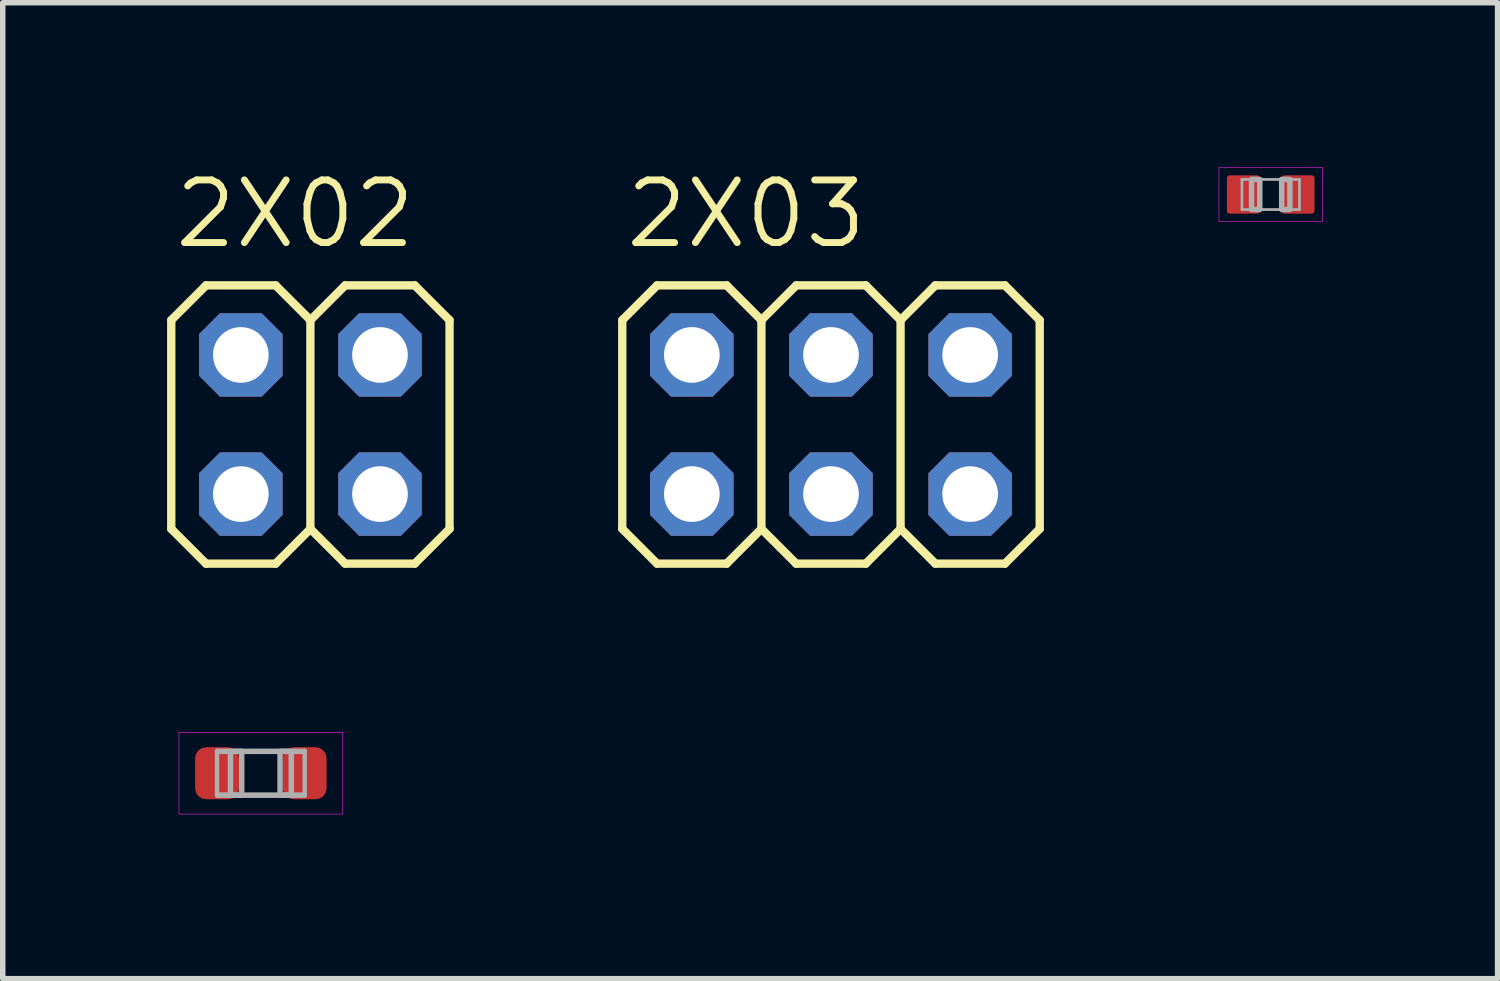
<source format=kicad_pcb>
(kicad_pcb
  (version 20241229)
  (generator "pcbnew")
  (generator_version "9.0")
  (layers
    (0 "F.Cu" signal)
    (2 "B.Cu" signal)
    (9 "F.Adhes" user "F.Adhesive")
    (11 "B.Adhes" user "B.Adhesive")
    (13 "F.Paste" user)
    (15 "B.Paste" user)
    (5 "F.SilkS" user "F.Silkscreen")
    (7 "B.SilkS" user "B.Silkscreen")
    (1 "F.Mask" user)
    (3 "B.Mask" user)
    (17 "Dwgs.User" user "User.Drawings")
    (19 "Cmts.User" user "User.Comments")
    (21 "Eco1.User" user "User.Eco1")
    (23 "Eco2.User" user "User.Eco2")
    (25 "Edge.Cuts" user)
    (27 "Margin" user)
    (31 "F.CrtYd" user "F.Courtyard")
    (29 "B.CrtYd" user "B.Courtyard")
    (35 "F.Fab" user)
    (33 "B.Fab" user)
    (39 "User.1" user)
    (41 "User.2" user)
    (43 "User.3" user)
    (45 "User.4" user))
  (footprint "2X02"
    (layer "F.Cu")
    (at 2.616 4.699)
    (property "Reference" "2X02" (at -2.54 -3.175 0) (layer "F.SilkS") (effects (font (size 1.143 1.143) (thickness 0.127)) (justify left bottom)))
    (fp_line (start -2.54 -1.905) (end -1.905 -2.54) (stroke (width 0.152) (type solid)) (layer "F.SilkS"))
    (fp_line (start -2.54 1.905) (end -2.54 -1.905) (stroke (width 0.152) (type solid)) (layer "F.SilkS"))
    (fp_line (start -2.54 1.905) (end -1.905 2.54) (stroke (width 0.152) (type solid)) (layer "F.SilkS"))
    (fp_line (start -1.905 -2.54) (end -0.635 -2.54) (stroke (width 0.152) (type solid)) (layer "F.SilkS"))
    (fp_line (start -1.905 2.54) (end -0.635 2.54) (stroke (width 0.152) (type solid)) (layer "F.SilkS"))
    (fp_line (start -0.635 -2.54) (end 0 -1.905) (stroke (width 0.152) (type solid)) (layer "F.SilkS"))
    (fp_line (start -0.635 2.54) (end 0 1.905) (stroke (width 0.152) (type solid)) (layer "F.SilkS"))
    (fp_line (start 0 -1.905) (end 0 1.905) (stroke (width 0.152) (type solid)) (layer "F.SilkS"))
    (fp_line (start 0 -1.905) (end 0.635 -2.54) (stroke (width 0.152) (type solid)) (layer "F.SilkS"))
    (fp_line (start 0 1.905) (end 0.635 2.54) (stroke (width 0.152) (type solid)) (layer "F.SilkS"))
    (fp_line (start 0.635 -2.54) (end 1.905 -2.54) (stroke (width 0.152) (type solid)) (layer "F.SilkS"))
    (fp_line (start 0.635 2.54) (end 1.905 2.54) (stroke (width 0.152) (type solid)) (layer "F.SilkS"))
    (fp_line (start 1.905 -2.54) (end 2.54 -1.905) (stroke (width 0.152) (type solid)) (layer "F.SilkS"))
    (fp_line (start 1.905 2.54) (end 2.54 1.905) (stroke (width 0.152) (type solid)) (layer "F.SilkS"))
    (fp_line (start 2.54 -1.905) (end 2.54 1.905) (stroke (width 0.152) (type solid)) (layer "F.SilkS"))
    (fp_poly (pts (xy -1.524 -1.016) (xy -1.016 -1.016) (xy -1.016 -1.524) (xy -1.524 -1.524)) (stroke (width 0.1) (type solid)) (fill no) (layer "F.Fab"))
    (fp_poly (pts (xy -1.524 1.524) (xy -1.016 1.524) (xy -1.016 1.016) (xy -1.524 1.016)) (stroke (width 0.1) (type solid)) (fill no) (layer "F.Fab"))
    (fp_poly (pts (xy 1.016 -1.016) (xy 1.524 -1.016) (xy 1.524 -1.524) (xy 1.016 -1.524)) (stroke (width 0.1) (type solid)) (fill no) (layer "F.Fab"))
    (fp_poly (pts (xy 1.016 1.524) (xy 1.524 1.524) (xy 1.524 1.016) (xy 1.016 1.016)) (stroke (width 0.1) (type solid)) (fill no) (layer "F.Fab"))
    (pad "1" thru_hole roundrect (at -1.27 1.27) (size 1.524 1.524) (drill 1.016) (layers "*.Cu" "*.Mask") (roundrect_rratio 0.25) (chamfer_ratio 0.25) (chamfer top_left top_right bottom_left bottom_right))
    (pad "2" thru_hole roundrect (at -1.27 -1.27) (size 1.524 1.524) (drill 1.016) (layers "*.Cu" "*.Mask") (roundrect_rratio 0.25) (chamfer_ratio 0.25) (chamfer top_left top_right bottom_left bottom_right))
    (pad "3" thru_hole roundrect (at 1.27 1.27) (size 1.524 1.524) (drill 1.016) (layers "*.Cu" "*.Mask") (roundrect_rratio 0.25) (chamfer_ratio 0.25) (chamfer top_left top_right bottom_left bottom_right))
    (pad "4" thru_hole roundrect (at 1.27 -1.27) (size 1.524 1.524) (drill 1.016) (layers "*.Cu" "*.Mask") (roundrect_rratio 0.25) (chamfer_ratio 0.25) (chamfer top_left top_right bottom_left bottom_right)))
  (footprint ".0402-B-NOSILK"
    (layer "F.Cu")
    (at 20.146 0.5)
    (property "Reference" ".0402-B-NOSILK" (at 0 0 0) (layer "F.Mask") (effects (font (size 0.17 0.17) (thickness 0.03))))
    (fp_line (start -0.525 -0.275) (end 0.525 -0.275) (stroke (width 0.05) (type solid)) (layer "F.Mask"))
    (fp_line (start -0.525 0.275) (end -0.525 -0.275) (stroke (width 0.05) (type solid)) (layer "F.Mask"))
    (fp_line (start 0.525 -0.275) (end 0.525 0.275) (stroke (width 0.05) (type solid)) (layer "F.Mask"))
    (fp_line (start 0.525 0.275) (end -0.525 0.275) (stroke (width 0.05) (type solid)) (layer "F.Mask"))
    (fp_poly (pts (xy -0.86 0.41) (xy -0.14 0.41) (xy -0.14 -0.41) (xy -0.86 -0.41)) (stroke (width 0) (type solid)) (fill yes) (layer "F.Mask"))
    (fp_poly (pts (xy 0.14 0.41) (xy 0.86 0.41) (xy 0.86 -0.41) (xy 0.14 -0.41)) (stroke (width 0) (type solid)) (fill yes) (layer "F.Mask"))
    (fp_line (start -0.945 -0.495) (end -0.945 0.495) (stroke (width 0.01) (type solid)) (layer "F.CrtYd"))
    (fp_line (start -0.945 0.495) (end 0.945 0.495) (stroke (width 0.01) (type solid)) (layer "F.CrtYd"))
    (fp_line (start 0.945 -0.495) (end -0.945 -0.495) (stroke (width 0.01) (type solid)) (layer "F.CrtYd"))
    (fp_line (start 0.945 0.495) (end 0.945 -0.495) (stroke (width 0.01) (type solid)) (layer "F.CrtYd"))
    (fp_line (start -0.525 -0.275) (end 0.525 -0.275) (stroke (width 0.05) (type solid)) (layer "F.Fab"))
    (fp_line (start -0.525 0.275) (end -0.525 -0.275) (stroke (width 0.05) (type solid)) (layer "F.Fab"))
    (fp_line (start 0.525 -0.275) (end 0.525 0.275) (stroke (width 0.05) (type solid)) (layer "F.Fab"))
    (fp_line (start 0.525 0.275) (end -0.525 0.275) (stroke (width 0.05) (type solid)) (layer "F.Fab"))
    (fp_poly (pts (xy -0.35 0.275) (xy -0.2 0.275) (xy -0.2 -0.275) (xy -0.35 -0.275)) (stroke (width 0.1) (type solid)) (fill no) (layer "F.Fab"))
    (fp_poly (pts (xy 0.2 0.275) (xy 0.35 0.275) (xy 0.35 -0.275) (xy 0.2 -0.275)) (stroke (width 0.1) (type solid)) (fill no) (layer "F.Fab"))
    (pad "1" smd roundrect (at -0.5 0) (size 0.6 0.7) (layers "F.Cu" "F.Paste") (roundrect_rratio 0.085))
    (pad "2" smd roundrect (at 0.5 0) (size 0.6 0.7) (layers "F.Cu" "F.Paste") (roundrect_rratio 0.085)))
  (footprint ".0603-B-NOSILK"
    (layer "F.Cu")
    (at 1.712 11.065)
    (property "Reference" ".0603-B-NOSILK" (at 0 0 0) (layer "F.Mask") (effects (font (size 0.255 0.255) (thickness 0.045))))
    (fp_line (start -0.8 0.41) (end -0.8 -0.41) (stroke (width 0.08) (type solid)) (layer "F.Mask"))
    (fp_line (start -0.79 -0.4) (end 0.79 -0.4) (stroke (width 0.1) (type solid)) (layer "F.Mask"))
    (fp_line (start 0.79 0.4) (end -0.79 0.4) (stroke (width 0.1) (type solid)) (layer "F.Mask"))
    (fp_line (start 0.8 -0.41) (end 0.8 0.41) (stroke (width 0.08) (type solid)) (layer "F.Mask"))
    (fp_poly (pts (xy -0.34 0.54) (xy -1.26 0.54) (xy -1.26 -0.54) (xy -0.34 -0.54)) (stroke (width 0) (type solid)) (fill yes) (layer "F.Mask"))
    (fp_poly (pts (xy 1.26 0.54) (xy 0.34 0.54) (xy 0.34 -0.54) (xy 1.26 -0.54)) (stroke (width 0) (type solid)) (fill yes) (layer "F.Mask"))
    (fp_line (start -1.495 -0.745) (end -1.495 0.745) (stroke (width 0.01) (type solid)) (layer "F.CrtYd"))
    (fp_line (start -1.495 0.745) (end 1.495 0.745) (stroke (width 0.01) (type solid)) (layer "F.CrtYd"))
    (fp_line (start 1.495 -0.745) (end -1.495 -0.745) (stroke (width 0.01) (type solid)) (layer "F.CrtYd"))
    (fp_line (start 1.495 0.745) (end 1.495 -0.745) (stroke (width 0.01) (type solid)) (layer "F.CrtYd"))
    (fp_line (start -0.8 0.41) (end -0.8 -0.41) (stroke (width 0.08) (type solid)) (layer "F.Fab"))
    (fp_line (start -0.79 -0.4) (end 0.79 -0.4) (stroke (width 0.1) (type solid)) (layer "F.Fab"))
    (fp_line (start 0.79 0.4) (end -0.79 0.4) (stroke (width 0.1) (type solid)) (layer "F.Fab"))
    (fp_line (start 0.8 -0.41) (end 0.8 0.41) (stroke (width 0.08) (type solid)) (layer "F.Fab"))
    (fp_poly (pts (xy -0.555 0.4) (xy -0.35 0.4) (xy -0.35 -0.4) (xy -0.555 -0.4)) (stroke (width 0.1) (type solid)) (fill no) (layer "F.Fab"))
    (fp_poly (pts (xy 0.35 0.4) (xy 0.555 0.4) (xy 0.555 -0.4) (xy 0.35 -0.4)) (stroke (width 0.1) (type solid)) (fill no) (layer "F.Fab"))
    (pad "1" smd roundrect (at -0.8 0) (size 0.8 0.95) (layers "F.Cu" "F.Paste") (roundrect_rratio 0.25))
    (pad "2" smd roundrect (at 0.8 0) (size 0.8 0.95) (layers "F.Cu" "F.Paste") (roundrect_rratio 0.25)))
  (footprint "2X03"
    (layer "F.Cu")
    (at 12.119 4.699)
    (property "Reference" "2X03" (at -3.81 -3.175 0) (layer "F.SilkS") (effects (font (size 1.143 1.143) (thickness 0.127)) (justify left bottom)))
    (fp_line (start -3.81 -1.905) (end -3.175 -2.54) (stroke (width 0.152) (type solid)) (layer "F.SilkS"))
    (fp_line (start -3.81 1.905) (end -3.81 -1.905) (stroke (width 0.152) (type solid)) (layer "F.SilkS"))
    (fp_line (start -3.81 1.905) (end -3.175 2.54) (stroke (width 0.152) (type solid)) (layer "F.SilkS"))
    (fp_line (start -3.175 -2.54) (end -1.905 -2.54) (stroke (width 0.152) (type solid)) (layer "F.SilkS"))
    (fp_line (start -3.175 2.54) (end -1.905 2.54) (stroke (width 0.152) (type solid)) (layer "F.SilkS"))
    (fp_line (start -1.905 -2.54) (end -1.27 -1.905) (stroke (width 0.152) (type solid)) (layer "F.SilkS"))
    (fp_line (start -1.905 2.54) (end -1.27 1.905) (stroke (width 0.152) (type solid)) (layer "F.SilkS"))
    (fp_line (start -1.27 -1.905) (end -1.27 1.905) (stroke (width 0.152) (type solid)) (layer "F.SilkS"))
    (fp_line (start -1.27 -1.905) (end -0.635 -2.54) (stroke (width 0.152) (type solid)) (layer "F.SilkS"))
    (fp_line (start -1.27 1.905) (end -0.635 2.54) (stroke (width 0.152) (type solid)) (layer "F.SilkS"))
    (fp_line (start -0.635 -2.54) (end 0.635 -2.54) (stroke (width 0.152) (type solid)) (layer "F.SilkS"))
    (fp_line (start -0.635 2.54) (end 0.635 2.54) (stroke (width 0.152) (type solid)) (layer "F.SilkS"))
    (fp_line (start 0.635 -2.54) (end 1.27 -1.905) (stroke (width 0.152) (type solid)) (layer "F.SilkS"))
    (fp_line (start 0.635 2.54) (end 1.27 1.905) (stroke (width 0.152) (type solid)) (layer "F.SilkS"))
    (fp_line (start 1.27 -1.905) (end 1.27 1.905) (stroke (width 0.152) (type solid)) (layer "F.SilkS"))
    (fp_line (start 1.27 -1.905) (end 1.905 -2.54) (stroke (width 0.152) (type solid)) (layer "F.SilkS"))
    (fp_line (start 1.27 1.905) (end 1.905 2.54) (stroke (width 0.152) (type solid)) (layer "F.SilkS"))
    (fp_line (start 1.905 -2.54) (end 3.175 -2.54) (stroke (width 0.152) (type solid)) (layer "F.SilkS"))
    (fp_line (start 1.905 2.54) (end 3.175 2.54) (stroke (width 0.152) (type solid)) (layer "F.SilkS"))
    (fp_line (start 3.175 -2.54) (end 3.81 -1.905) (stroke (width 0.152) (type solid)) (layer "F.SilkS"))
    (fp_line (start 3.175 2.54) (end 3.81 1.905) (stroke (width 0.152) (type solid)) (layer "F.SilkS"))
    (fp_line (start 3.81 -1.905) (end 3.81 1.905) (stroke (width 0.152) (type solid)) (layer "F.SilkS"))
    (fp_poly (pts (xy -2.794 -1.016) (xy -2.286 -1.016) (xy -2.286 -1.524) (xy -2.794 -1.524)) (stroke (width 0.1) (type solid)) (fill no) (layer "F.Fab"))
    (fp_poly (pts (xy -2.794 1.524) (xy -2.286 1.524) (xy -2.286 1.016) (xy -2.794 1.016)) (stroke (width 0.1) (type solid)) (fill no) (layer "F.Fab"))
    (fp_poly (pts (xy -0.254 -1.016) (xy 0.254 -1.016) (xy 0.254 -1.524) (xy -0.254 -1.524)) (stroke (width 0.1) (type solid)) (fill no) (layer "F.Fab"))
    (fp_poly (pts (xy -0.254 1.524) (xy 0.254 1.524) (xy 0.254 1.016) (xy -0.254 1.016)) (stroke (width 0.1) (type solid)) (fill no) (layer "F.Fab"))
    (fp_poly (pts (xy 2.286 -1.016) (xy 2.794 -1.016) (xy 2.794 -1.524) (xy 2.286 -1.524)) (stroke (width 0.1) (type solid)) (fill no) (layer "F.Fab"))
    (fp_poly (pts (xy 2.286 1.524) (xy 2.794 1.524) (xy 2.794 1.016) (xy 2.286 1.016)) (stroke (width 0.1) (type solid)) (fill no) (layer "F.Fab"))
    (pad "1" thru_hole roundrect (at -2.54 1.27) (size 1.524 1.524) (drill 1.016) (layers "*.Cu" "*.Mask") (roundrect_rratio 0.25) (chamfer_ratio 0.25) (chamfer top_left top_right bottom_left bottom_right))
    (pad "2" thru_hole roundrect (at -2.54 -1.27) (size 1.524 1.524) (drill 1.016) (layers "*.Cu" "*.Mask") (roundrect_rratio 0.25) (chamfer_ratio 0.25) (chamfer top_left top_right bottom_left bottom_right))
    (pad "3" thru_hole roundrect (at 0 1.27) (size 1.524 1.524) (drill 1.016) (layers "*.Cu" "*.Mask") (roundrect_rratio 0.25) (chamfer_ratio 0.25) (chamfer top_left top_right bottom_left bottom_right))
    (pad "4" thru_hole roundrect (at 0 -1.27) (size 1.524 1.524) (drill 1.016) (layers "*.Cu" "*.Mask") (roundrect_rratio 0.25) (chamfer_ratio 0.25) (chamfer top_left top_right bottom_left bottom_right))
    (pad "5" thru_hole roundrect (at 2.54 1.27) (size 1.524 1.524) (drill 1.016) (layers "*.Cu" "*.Mask") (roundrect_rratio 0.25) (chamfer_ratio 0.25) (chamfer top_left top_right bottom_left bottom_right))
    (pad "6" thru_hole roundrect (at 2.54 -1.27) (size 1.524 1.524) (drill 1.016) (layers "*.Cu" "*.Mask") (roundrect_rratio 0.25) (chamfer_ratio 0.25) (chamfer top_left top_right bottom_left bottom_right)))
  (gr_rect
    (start -3 -3)
    (end 24.287 14.815)
    (stroke (width 0.1) (type default))
    (fill no)
    (layer "Edge.Cuts")))
</source>
